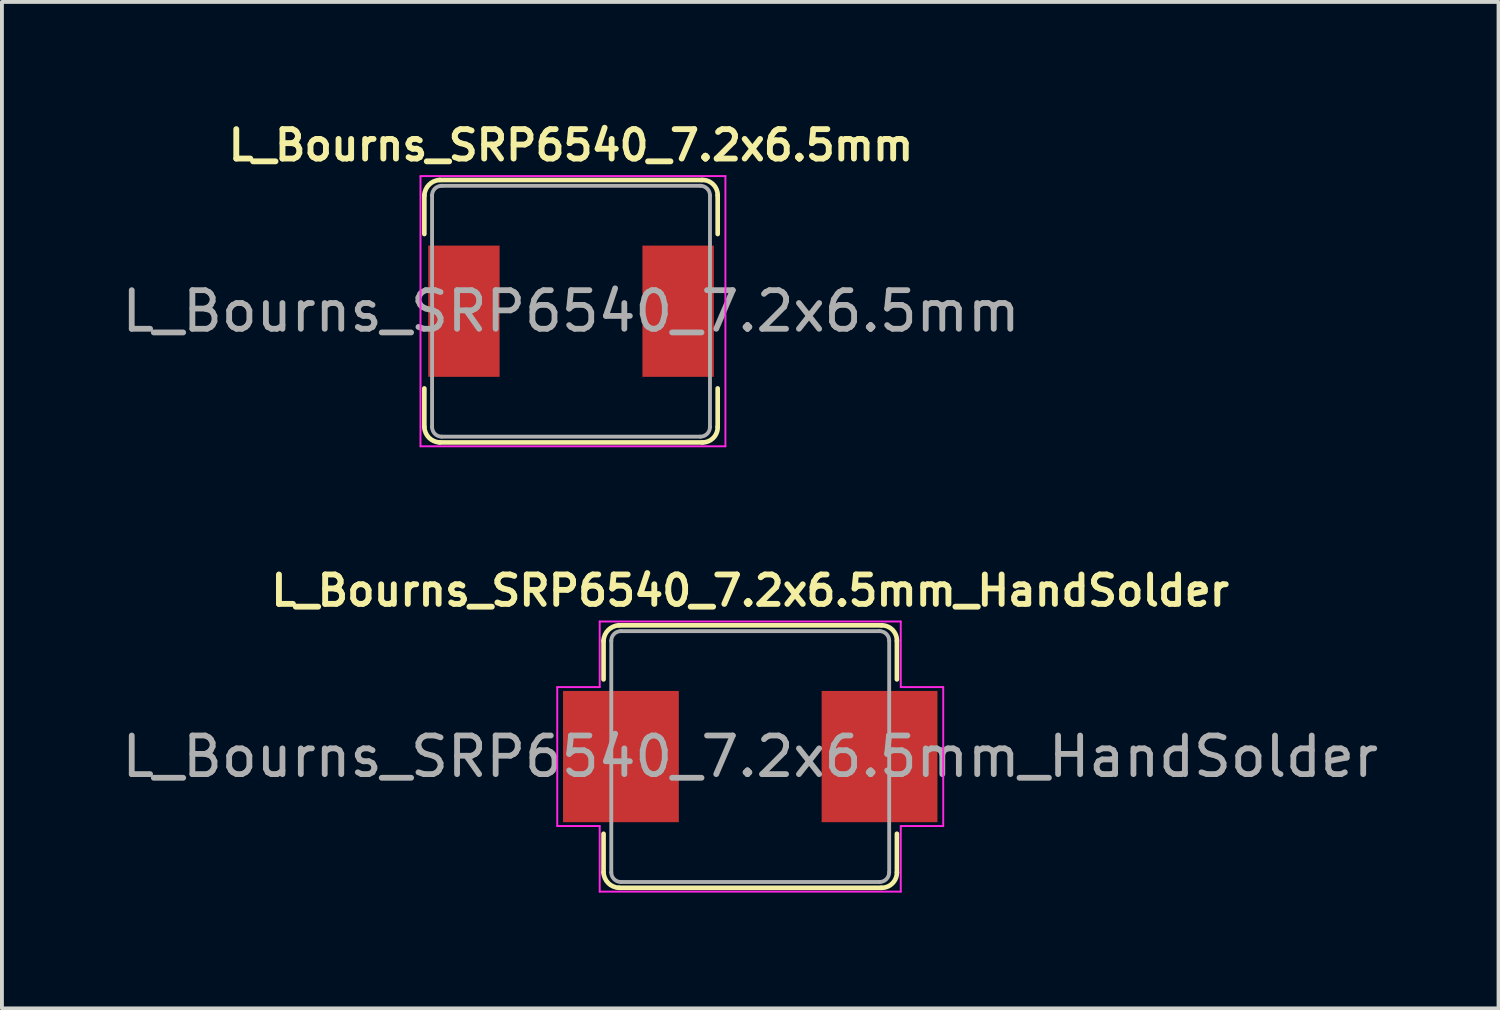
<source format=kicad_pcb>
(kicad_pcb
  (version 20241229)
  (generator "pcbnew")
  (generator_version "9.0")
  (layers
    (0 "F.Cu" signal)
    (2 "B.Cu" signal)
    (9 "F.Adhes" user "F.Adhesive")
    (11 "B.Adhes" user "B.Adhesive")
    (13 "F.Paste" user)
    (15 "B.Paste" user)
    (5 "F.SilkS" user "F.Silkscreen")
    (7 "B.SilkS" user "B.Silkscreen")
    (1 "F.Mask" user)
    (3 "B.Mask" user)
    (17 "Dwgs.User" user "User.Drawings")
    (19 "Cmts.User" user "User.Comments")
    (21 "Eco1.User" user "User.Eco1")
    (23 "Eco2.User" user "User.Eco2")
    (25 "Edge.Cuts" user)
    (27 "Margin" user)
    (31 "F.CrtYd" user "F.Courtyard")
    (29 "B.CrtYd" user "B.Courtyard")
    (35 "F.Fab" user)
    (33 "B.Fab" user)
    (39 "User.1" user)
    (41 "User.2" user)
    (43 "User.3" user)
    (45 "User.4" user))
  (footprint "L_Bourns_SRP6540_7.2x6.5mm_HandSolder"
    (layer "F.Cu")
    (at 16.387 16.551)
    (property "Reference" "L_Bourns_SRP6540_7.2x6.5mm_HandSolder" (at 0 -4.3 0) (layer "F.SilkS") (effects (font (size 0.762 0.762) (thickness 0.152) (bold yes))))
    (attr smd)
    (fp_line (start -3.8 -2) (end -3.8 -3) (stroke (width 0.12) (type solid)) (layer "F.SilkS"))
    (fp_line (start -3.8 2) (end -3.8 3) (stroke (width 0.12) (type solid)) (layer "F.SilkS"))
    (fp_line (start 3.4 -3.4) (end -3.4 -3.4) (stroke (width 0.12) (type solid)) (layer "F.SilkS"))
    (fp_line (start 3.4 3.4) (end -3.4 3.4) (stroke (width 0.12) (type solid)) (layer "F.SilkS"))
    (fp_line (start 3.8 -2) (end 3.8 -3) (stroke (width 0.12) (type solid)) (layer "F.SilkS"))
    (fp_line (start 3.8 2) (end 3.8 3) (stroke (width 0.12) (type solid)) (layer "F.SilkS"))
    (fp_arc (start -3.8 -3) (mid -3.678142 -3.278142) (end -3.4 -3.4) (stroke (width 0.12) (type solid)) (layer "F.SilkS"))
    (fp_arc (start -3.4 3.4) (mid -3.678142 3.278142) (end -3.8 3) (stroke (width 0.12) (type solid)) (layer "F.SilkS"))
    (fp_arc (start 3.4 -3.4) (mid 3.684429 -3.284429) (end 3.8 -3) (stroke (width 0.12) (type solid)) (layer "F.SilkS"))
    (fp_arc (start 3.8 3) (mid 3.684429 3.284429) (end 3.4 3.4) (stroke (width 0.12) (type solid)) (layer "F.SilkS"))
    (fp_line (start -5 -1.8) (end -3.9 -1.8) (stroke (width 0.05) (type solid)) (layer "F.CrtYd"))
    (fp_line (start -5 1.8) (end -5 -1.8) (stroke (width 0.05) (type solid)) (layer "F.CrtYd"))
    (fp_line (start -5 1.8) (end -3.9 1.8) (stroke (width 0.05) (type solid)) (layer "F.CrtYd"))
    (fp_line (start -3.9 -3.5) (end -3.9 -1.8) (stroke (width 0.05) (type solid)) (layer "F.CrtYd"))
    (fp_line (start -3.9 -3.5) (end 3.9 -3.5) (stroke (width 0.05) (type solid)) (layer "F.CrtYd"))
    (fp_line (start -3.9 1.8) (end -3.9 3.5) (stroke (width 0.05) (type solid)) (layer "F.CrtYd"))
    (fp_line (start 3.9 -3.5) (end 3.9 -1.8) (stroke (width 0.05) (type solid)) (layer "F.CrtYd"))
    (fp_line (start 3.9 1.8) (end 3.9 3.5) (stroke (width 0.05) (type solid)) (layer "F.CrtYd"))
    (fp_line (start 3.9 3.5) (end -3.9 3.5) (stroke (width 0.05) (type solid)) (layer "F.CrtYd"))
    (fp_line (start 5 -1.8) (end 3.9 -1.8) (stroke (width 0.05) (type solid)) (layer "F.CrtYd"))
    (fp_line (start 5 1.8) (end 3.9 1.8) (stroke (width 0.05) (type solid)) (layer "F.CrtYd"))
    (fp_line (start 5 1.8) (end 5 -1.8) (stroke (width 0.05) (type solid)) (layer "F.CrtYd"))
    (fp_line (start -3.6 -3) (end -3.6 3) (stroke (width 0.1) (type solid)) (layer "F.Fab"))
    (fp_line (start -3.35 -3.25) (end 3.35 -3.25) (stroke (width 0.1) (type solid)) (layer "F.Fab"))
    (fp_line (start 3.35 3.25) (end -3.35 3.25) (stroke (width 0.1) (type solid)) (layer "F.Fab"))
    (fp_line (start 3.6 -3) (end 3.6 3) (stroke (width 0.1) (type solid)) (layer "F.Fab"))
    (fp_arc (start -3.6 -3) (mid -3.526777 -3.176777) (end -3.35 -3.25) (stroke (width 0.1) (type solid)) (layer "F.Fab"))
    (fp_arc (start -3.35 3.25) (mid -3.526777 3.176777) (end -3.6 3) (stroke (width 0.1) (type solid)) (layer "F.Fab"))
    (fp_arc (start 3.35 -3.25) (mid 3.526777 -3.176777) (end 3.6 -3) (stroke (width 0.1) (type solid)) (layer "F.Fab"))
    (fp_arc (start 3.6 3) (mid 3.526777 3.176777) (end 3.35 3.25) (stroke (width 0.1) (type solid)) (layer "F.Fab"))
    (fp_text user "${REFERENCE}" (at 0 0 0) (layer "F.Fab") (effects (font (size 1 1) (thickness 0.15))))
    (pad "1" smd rect (at -3.35 0) (size 3 3.4) (layers "F.Cu" "F.Mask" "F.Paste"))
    (pad "2" smd rect (at 3.35 0) (size 3 3.4) (layers "F.Cu" "F.Mask" "F.Paste")))
  (footprint "L_Bourns_SRP6540_7.2x6.5mm"
    (layer "F.Cu")
    (at 11.744 5.013)
    (property "Reference" "L_Bourns_SRP6540_7.2x6.5mm" (at 0 -4.3 0) (layer "F.SilkS") (effects (font (size 0.762 0.762) (thickness 0.152) (bold yes))))
    (attr smd)
    (fp_line (start -3.8 -2) (end -3.8 -3) (stroke (width 0.12) (type solid)) (layer "F.SilkS"))
    (fp_line (start -3.8 2) (end -3.8 3) (stroke (width 0.12) (type solid)) (layer "F.SilkS"))
    (fp_line (start 3.4 -3.4) (end -3.4 -3.4) (stroke (width 0.12) (type solid)) (layer "F.SilkS"))
    (fp_line (start 3.4 3.4) (end -3.4 3.4) (stroke (width 0.12) (type solid)) (layer "F.SilkS"))
    (fp_line (start 3.8 -2) (end 3.8 -3) (stroke (width 0.12) (type solid)) (layer "F.SilkS"))
    (fp_line (start 3.8 2) (end 3.8 3) (stroke (width 0.12) (type solid)) (layer "F.SilkS"))
    (fp_arc (start -3.8 -3) (mid -3.678142 -3.278142) (end -3.4 -3.4) (stroke (width 0.12) (type solid)) (layer "F.SilkS"))
    (fp_arc (start -3.4 3.4) (mid -3.678142 3.278142) (end -3.8 3) (stroke (width 0.12) (type solid)) (layer "F.SilkS"))
    (fp_arc (start 3.4 -3.4) (mid 3.684429 -3.284429) (end 3.8 -3) (stroke (width 0.12) (type solid)) (layer "F.SilkS"))
    (fp_arc (start 3.8 3) (mid 3.684429 3.284429) (end 3.4 3.4) (stroke (width 0.12) (type solid)) (layer "F.SilkS"))
    (fp_line (start -3.9 -3.5) (end -3.9 3.5) (stroke (width 0.05) (type solid)) (layer "F.CrtYd"))
    (fp_line (start -3.9 -3.5) (end 4 -3.5) (stroke (width 0.05) (type solid)) (layer "F.CrtYd"))
    (fp_line (start 4 -3.5) (end 4 3.5) (stroke (width 0.05) (type solid)) (layer "F.CrtYd"))
    (fp_line (start 4 3.5) (end -3.9 3.5) (stroke (width 0.05) (type solid)) (layer "F.CrtYd"))
    (fp_line (start -3.6 -3) (end -3.6 3) (stroke (width 0.1) (type solid)) (layer "F.Fab"))
    (fp_line (start -3.35 -3.25) (end 3.35 -3.25) (stroke (width 0.1) (type solid)) (layer "F.Fab"))
    (fp_line (start 3.35 3.25) (end -3.35 3.25) (stroke (width 0.1) (type solid)) (layer "F.Fab"))
    (fp_line (start 3.6 -3) (end 3.6 3) (stroke (width 0.1) (type solid)) (layer "F.Fab"))
    (fp_arc (start -3.6 -3) (mid -3.526777 -3.176777) (end -3.35 -3.25) (stroke (width 0.1) (type solid)) (layer "F.Fab"))
    (fp_arc (start -3.35 3.25) (mid -3.526777 3.176777) (end -3.6 3) (stroke (width 0.1) (type solid)) (layer "F.Fab"))
    (fp_arc (start 3.35 -3.25) (mid 3.526777 -3.176777) (end 3.6 -3) (stroke (width 0.1) (type solid)) (layer "F.Fab"))
    (fp_arc (start 3.6 3) (mid 3.526777 3.176777) (end 3.35 3.25) (stroke (width 0.1) (type solid)) (layer "F.Fab"))
    (fp_text user "${REFERENCE}" (at 0 0 0) (layer "F.Fab") (effects (font (size 1 1) (thickness 0.15))))
    (pad "1" smd rect (at -2.775 0) (size 1.85 3.4) (layers "F.Cu" "F.Mask" "F.Paste"))
    (pad "2" smd rect (at 2.775 0) (size 1.85 3.4) (layers "F.Cu" "F.Mask" "F.Paste")))
  (gr_rect
    (start -3 -3)
    (end 35.774 23.076)
    (stroke (width 0.1) (type default))
    (fill no)
    (layer "Edge.Cuts")))
</source>
